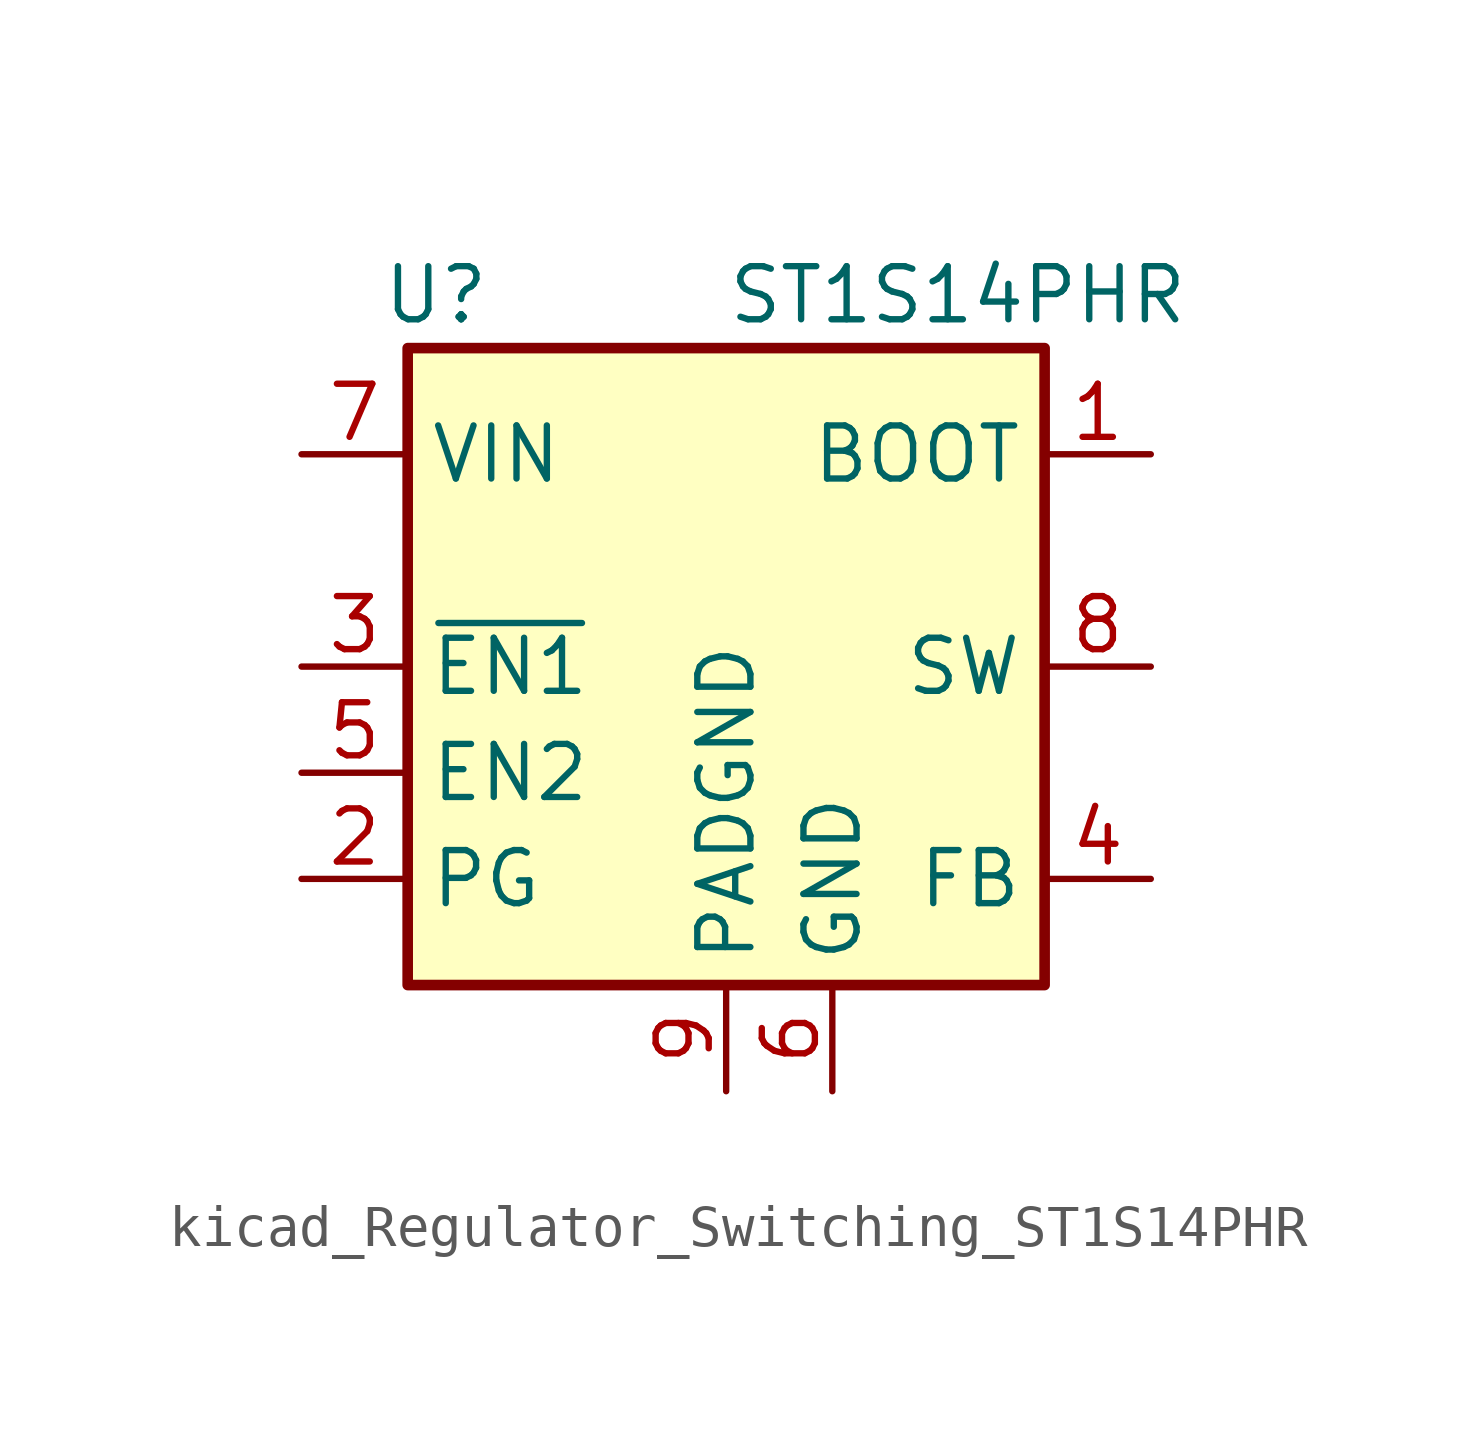
<source format=kicad_sym>
(kicad_symbol_lib
  (version 20220914)
  (generator kicad_symbol_editor)
  (symbol "kicad_Regulator_Switching_ST1S14PHR"
    (property "Reference" "U"
      (at -8.255 8.89 0)
      (effects (font (size 1.27 1.27)) (justify left)))
    (property "Value" "ST1S14PHR"
      (at 0 8.89 0)
      (effects (font (size 1.27 1.27)) (justify left)))
    (symbol "kicad_Regulator_Switching_ST1S14PHR_0_1"
      (rectangle (start 7.62 7.62) (end -7.62 -7.62) (stroke (width 0.254) (type default)) (fill (type background))))
    (symbol "kicad_Regulator_Switching_ST1S14PHR_1_1"
      (pin input line (at 10.16 5.08 180) (length 2.54) (name "BOOT" (effects (font (size 1.27 1.27)))) (number "1" (effects (font (size 1.27 1.27)))))
      (pin output line (at -10.16 -5.08 0) (length 2.54) (name "PG" (effects (font (size 1.27 1.27)))) (number "2" (effects (font (size 1.27 1.27)))))
      (pin input line (at -10.16 0 0) (length 2.54) (name "~{EN1}" (effects (font (size 1.27 1.27)))) (number "3" (effects (font (size 1.27 1.27)))))
      (pin input line (at 10.16 -5.08 180) (length 2.54) (name "FB" (effects (font (size 1.27 1.27)))) (number "4" (effects (font (size 1.27 1.27)))))
      (pin input line (at -10.16 -2.54 0) (length 2.54) (name "EN2" (effects (font (size 1.27 1.27)))) (number "5" (effects (font (size 1.27 1.27)))))
      (pin power_in line (at 2.54 -10.16 90) (length 2.54) (name "GND" (effects (font (size 1.27 1.27)))) (number "6" (effects (font (size 1.27 1.27)))))
      (pin power_in line (at -10.16 5.08 0) (length 2.54) (name "VIN" (effects (font (size 1.27 1.27)))) (number "7" (effects (font (size 1.27 1.27)))))
      (pin output line (at 10.16 0 180) (length 2.54) (name "SW" (effects (font (size 1.27 1.27)))) (number "8" (effects (font (size 1.27 1.27)))))
      (pin power_in line (at 0 -10.16 90) (length 2.54) (name "PADGND" (effects (font (size 1.27 1.27)))) (number "9" (effects (font (size 1.27 1.27))))))))
</source>
